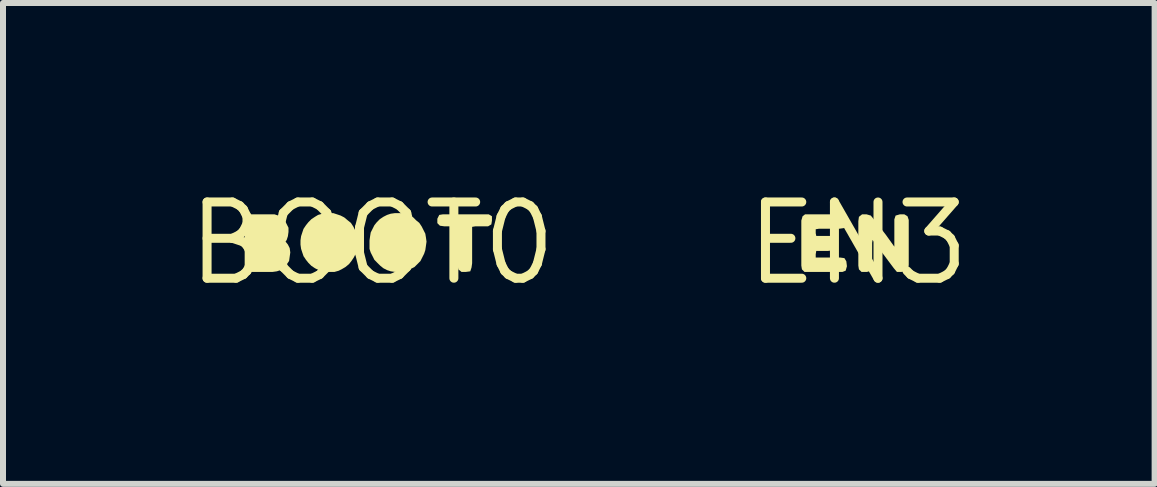
<source format=kicad_pcb>
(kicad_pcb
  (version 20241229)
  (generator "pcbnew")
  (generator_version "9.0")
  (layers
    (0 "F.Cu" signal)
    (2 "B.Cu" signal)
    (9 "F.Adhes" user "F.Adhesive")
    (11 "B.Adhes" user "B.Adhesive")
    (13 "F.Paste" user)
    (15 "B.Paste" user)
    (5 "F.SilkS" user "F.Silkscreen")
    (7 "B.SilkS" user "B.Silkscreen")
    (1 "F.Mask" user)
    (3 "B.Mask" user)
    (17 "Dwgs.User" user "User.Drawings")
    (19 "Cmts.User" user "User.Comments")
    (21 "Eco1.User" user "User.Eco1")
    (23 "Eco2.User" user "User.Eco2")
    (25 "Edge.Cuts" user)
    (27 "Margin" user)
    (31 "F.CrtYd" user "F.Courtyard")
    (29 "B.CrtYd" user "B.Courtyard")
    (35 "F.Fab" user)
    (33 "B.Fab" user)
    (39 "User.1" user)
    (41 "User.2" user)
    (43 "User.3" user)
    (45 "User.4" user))
  (footprint "BOOT0"
    (layer "F.Cu")
    (at 3.152 1.006)
    (property "Reference" "BOOT0" (at 0 0 0) (layer "F.SilkS") (effects (font (size 1.27 1.27) (thickness 0.15))))
    (fp_poly (pts (xy 1.995 -0.453) (xy 1.995 -0.38) (xy 1.985 -0.317) (xy 1.931 -0.285) (xy 1.72 -0.285) (xy 1.665 -0.276) (xy 1.665 0.33) (xy 1.655 0.401) (xy 1.634 0.465) (xy 1.56 0.475) (xy 1.488 0.475) (xy 1.435 0.433) (xy 1.425 0.37) (xy 1.425 -0.249) (xy 1.407 -0.285) (xy 1.2 -0.285) (xy 1.128 -0.295) (xy 1.085 -0.338) (xy 1.085 -0.411) (xy 1.117 -0.475) (xy 1.18 -0.485) (xy 1.941 -0.485)) (stroke (width 0) (type default)) (fill yes) (layer "F.SilkS"))
    (fp_poly (pts (xy -1.568 -0.465) (xy -1.507 -0.434) (xy -1.456 -0.383) (xy -1.395 -0.261) (xy -1.395 -0.19) (xy -1.405 -0.119) (xy -1.425 -0.058) (xy -1.444 -0.03) (xy -1.406 0.017) (xy -1.375 0.078) (xy -1.365 0.15) (xy -1.375 0.221) (xy -1.385 0.292) (xy -1.426 0.353) (xy -1.467 0.404) (xy -1.528 0.445) (xy -1.589 0.465) (xy -1.66 0.475) (xy -2 0.475) (xy -2.082 0.465) (xy -2.125 0.432) (xy -2.125 -0.39) (xy -2.115 -0.453) (xy -2.061 -0.485) (xy -1.629 -0.485)) (stroke (width 0) (type default)) (fill yes) (layer "F.SilkS"))
    (fp_poly (pts (xy 0.561 -0.485) (xy 0.622 -0.465) (xy 0.683 -0.434) (xy 0.733 -0.384) (xy 0.784 -0.343) (xy 0.824 -0.283) (xy 0.885 -0.162) (xy 0.895 -0.101) (xy 0.905 -0.03) (xy 0.895 0.041) (xy 0.885 0.111) (xy 0.865 0.172) (xy 0.804 0.293) (xy 0.754 0.344) (xy 0.703 0.394) (xy 0.582 0.455) (xy 0.521 0.475) (xy 0.38 0.475) (xy 0.309 0.465) (xy 0.248 0.445) (xy 0.187 0.414) (xy 0.137 0.374) (xy 0.086 0.324) (xy 0.036 0.273) (xy 0.008 0.217) (xy 0.008 0.217) (xy -0.025 0.152) (xy -0.045 0.091) (xy -0.045 -0.05) (xy -0.035 -0.121) (xy -0.025 -0.182) (xy 0.036 -0.303) (xy 0.076 -0.353) (xy 0.127 -0.404) (xy 0.187 -0.444) (xy 0.248 -0.475) (xy 0.309 -0.495) (xy 0.38 -0.505) (xy 0.491 -0.505)) (stroke (width 0) (type default)) (fill yes) (layer "F.SilkS"))
    (fp_poly (pts (xy -0.588 -0.485) (xy -0.528 -0.465) (xy -0.467 -0.434) (xy -0.407 -0.384) (xy -0.356 -0.343) (xy -0.316 -0.283) (xy -0.285 -0.222) (xy -0.265 -0.162) (xy -0.245 -0.101) (xy -0.245 0.04) (xy -0.255 0.111) (xy -0.275 0.172) (xy -0.306 0.233) (xy -0.346 0.293) (xy -0.386 0.344) (xy -0.447 0.394) (xy -0.498 0.424) (xy -0.558 0.455) (xy -0.629 0.475) (xy -0.76 0.475) (xy -0.831 0.465) (xy -0.892 0.445) (xy -0.953 0.414) (xy -1.013 0.374) (xy -1.064 0.323) (xy -1.104 0.273) (xy -1.141 0.217) (xy -1.143 0.218) (xy -1.145 0.212) (xy -1.147 0.208) (xy -1.146 0.208) (xy -1.165 0.152) (xy -1.185 0.091) (xy -1.195 0.02) (xy -1.195 -0.05) (xy -1.185 -0.121) (xy -1.165 -0.182) (xy -1.145 -0.242) (xy -1.104 -0.303) (xy -1.064 -0.353) (xy -1.013 -0.404) (xy -0.953 -0.444) (xy -0.902 -0.475) (xy -0.831 -0.495) (xy -0.77 -0.505) (xy -0.649 -0.505)) (stroke (width 0) (type default)) (fill yes) (layer "F.SilkS")))
  (footprint "EN3"
    (layer "F.Cu")
    (at 11.247 1.006)
    (property "Reference" "EN3" (at 0 0 0) (layer "F.SilkS") (effects (font (size 1.27 1.27) (thickness 0.15))))
    (fp_poly (pts (xy 0.213 -0.464) (xy 0.254 -0.413) (xy 0.464 -0.143) (xy 0.605 0.054) (xy 0.605 -0.401) (xy 0.626 -0.464) (xy 0.699 -0.485) (xy 0.771 -0.485) (xy 0.824 -0.453) (xy 0.845 -0.391) (xy 0.845 0.36) (xy 0.835 0.422) (xy 0.803 0.465) (xy 0.72 0.475) (xy 0.648 0.475) (xy 0.596 0.413) (xy 0.243 -0.058) (xy 0.235 -0.01) (xy 0.235 0.401) (xy 0.214 0.454) (xy 0.151 0.475) (xy 0.058 0.475) (xy 0.015 0.432) (xy 0.005 0.37) (xy 0.005 -0.37) (xy 0.015 -0.443) (xy 0.068 -0.485) (xy 0.141 -0.485)) (stroke (width 0) (type default)) (fill yes) (layer "F.SilkS"))
    (fp_poly (pts (xy -0.206 -0.453) (xy -0.185 -0.38) (xy -0.195 -0.287) (xy -0.238 -0.255) (xy -0.31 -0.245) (xy -0.65 -0.245) (xy -0.705 -0.236) (xy -0.705 -0.17) (xy -0.696 -0.125) (xy -0.419 -0.125) (xy -0.367 -0.104) (xy -0.335 -0.051) (xy -0.335 0.041) (xy -0.367 0.094) (xy -0.419 0.115) (xy -0.5 0.125) (xy -0.696 0.125) (xy -0.705 0.18) (xy -0.705 0.235) (xy -0.3 0.235) (xy -0.227 0.245) (xy -0.195 0.298) (xy -0.185 0.38) (xy -0.206 0.454) (xy -0.259 0.475) (xy -0.892 0.475) (xy -0.935 0.432) (xy -0.945 0.37) (xy -0.945 -0.381) (xy -0.924 -0.453) (xy -0.882 -0.485) (xy -0.259 -0.485)) (stroke (width 0) (type default)) (fill yes) (layer "F.SilkS")))
  (gr_rect
    (start -3 -3)
    (end 16.189 5.012)
    (stroke (width 0.1) (type default))
    (fill no)
    (layer "Edge.Cuts")))
</source>
